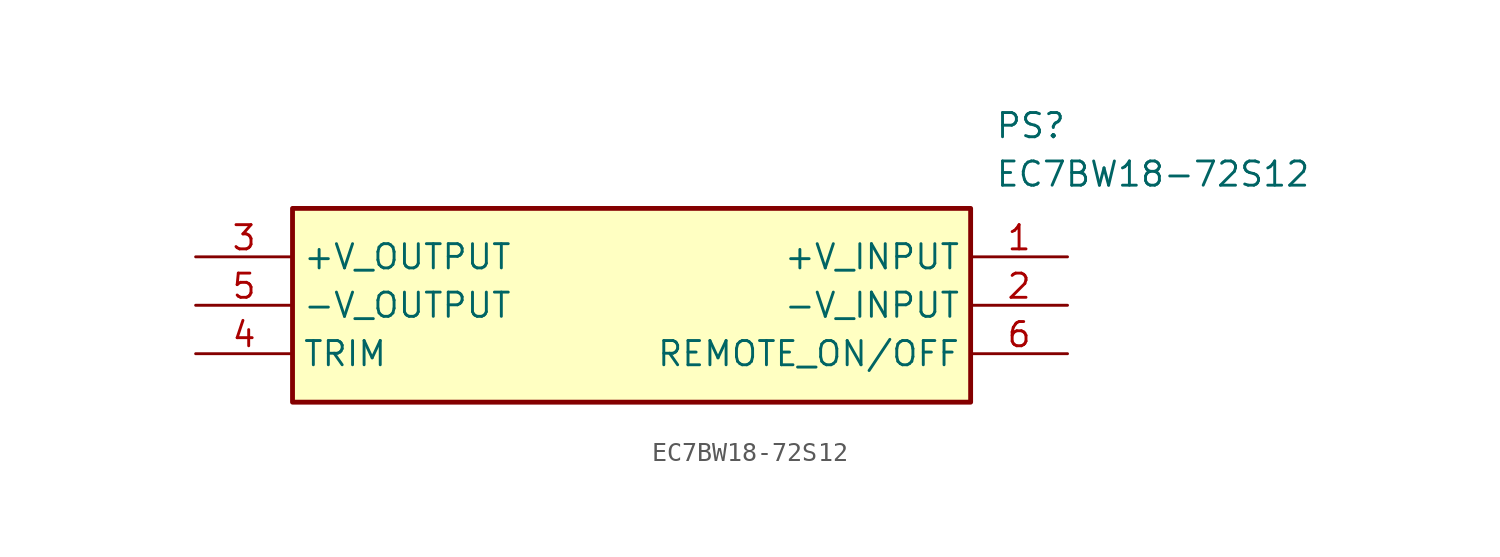
<source format=kicad_sym>
(kicad_symbol_lib
  (version 20211014)
  (generator SamacSys_ECAD_Model)
  (symbol "EC7BW18-72S12"
    (property "Reference" "PS"
      (at 41.91 7.62 0)
      (effects (font (size 1.27 1.27)) (justify left top)))
    (property "Value" "EC7BW18-72S12"
      (at 41.91 5.08 0)
      (effects (font (size 1.27 1.27)) (justify left top)))
    (rectangle
      (start 5.08 2.54)
      (end 40.64 -7.62)
      (stroke (width 0.254) (type default))
      (fill (type background)))
    (pin passive line
      (at 45.72 0 180)
      (length 5.08)
      (name "+V_INPUT" (effects (font (size 1.27 1.27))))
      (number "1" (effects (font (size 1.27 1.27)))))
    (pin passive line
      (at 45.72 -2.54 180)
      (length 5.08)
      (name "-V_INPUT" (effects (font (size 1.27 1.27))))
      (number "2" (effects (font (size 1.27 1.27)))))
    (pin passive line
      (at 0 0 0)
      (length 5.08)
      (name "+V_OUTPUT" (effects (font (size 1.27 1.27))))
      (number "3" (effects (font (size 1.27 1.27)))))
    (pin passive line
      (at 0 -5.08 0)
      (length 5.08)
      (name "TRIM" (effects (font (size 1.27 1.27))))
      (number "4" (effects (font (size 1.27 1.27)))))
    (pin passive line
      (at 0 -2.54 0)
      (length 5.08)
      (name "-V_OUTPUT" (effects (font (size 1.27 1.27))))
      (number "5" (effects (font (size 1.27 1.27)))))
    (pin passive line
      (at 45.72 -5.08 180)
      (length 5.08)
      (name "REMOTE_ON/OFF" (effects (font (size 1.27 1.27))))
      (number "6" (effects (font (size 1.27 1.27)))))))
</source>
